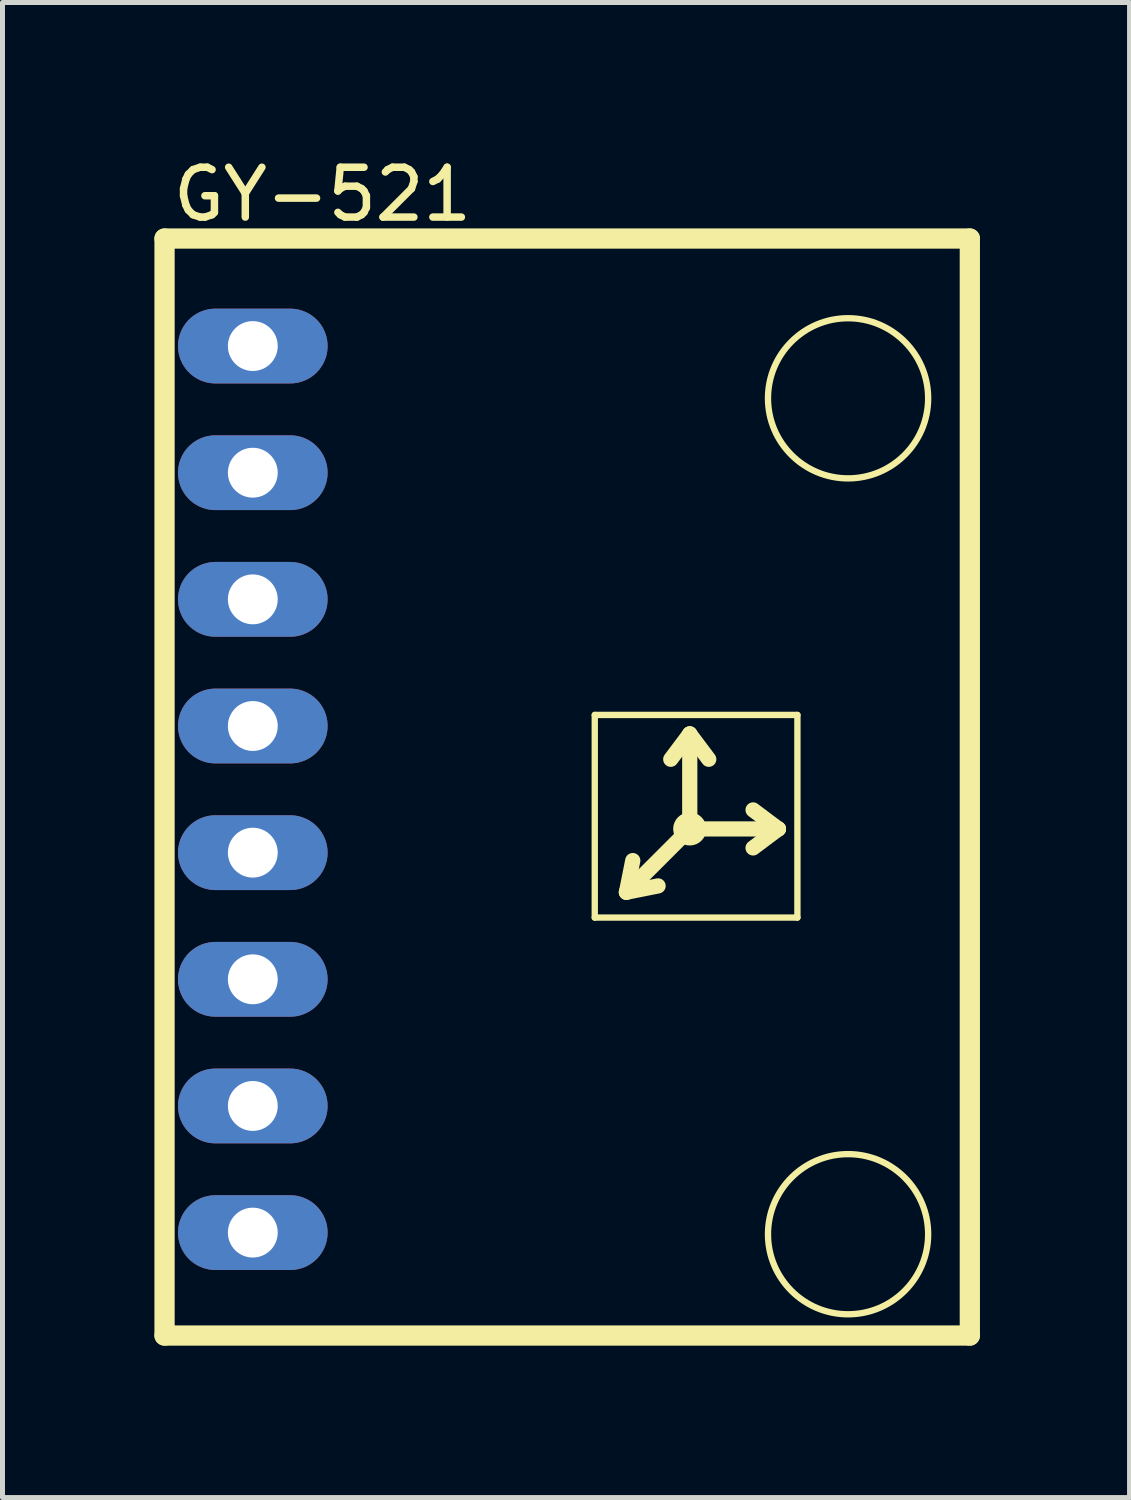
<source format=kicad_pcb>
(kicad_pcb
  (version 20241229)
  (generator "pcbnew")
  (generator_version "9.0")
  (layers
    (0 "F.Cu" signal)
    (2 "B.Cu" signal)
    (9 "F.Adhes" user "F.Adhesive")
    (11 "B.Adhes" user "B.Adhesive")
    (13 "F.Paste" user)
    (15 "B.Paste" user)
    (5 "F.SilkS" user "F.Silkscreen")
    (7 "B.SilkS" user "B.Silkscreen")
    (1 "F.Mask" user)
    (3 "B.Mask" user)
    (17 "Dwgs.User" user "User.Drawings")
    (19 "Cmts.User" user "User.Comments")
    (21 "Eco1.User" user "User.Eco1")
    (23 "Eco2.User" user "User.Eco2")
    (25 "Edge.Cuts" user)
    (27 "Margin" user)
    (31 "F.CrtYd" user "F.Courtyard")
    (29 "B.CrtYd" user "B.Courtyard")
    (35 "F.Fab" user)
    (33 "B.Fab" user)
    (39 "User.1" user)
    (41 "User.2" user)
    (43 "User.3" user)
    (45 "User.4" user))
  (footprint "GY-521"
    (layer "F.Cu")
    (at 0.25 23.734)
    (property "Reference" "GY-521" (at 3.167 -22.885 0) (layer "F.SilkS") (effects (font (size 1 1) (thickness 0.15))))
    (attr through_hole)
    (fp_line (start 0 -22) (end 0 0) (stroke (width 0.406) (type solid)) (layer "F.SilkS"))
    (fp_line (start 0 0) (end 16.15 0) (stroke (width 0.406) (type solid)) (layer "F.SilkS"))
    (fp_line (start 8.628 -12.446) (end 8.628 -8.382) (stroke (width 0.127) (type solid)) (layer "F.SilkS"))
    (fp_line (start 8.628 -8.382) (end 12.692 -8.382) (stroke (width 0.127) (type solid)) (layer "F.SilkS"))
    (fp_line (start 9.263 -8.89) (end 9.39 -9.525) (stroke (width 0.305) (type solid)) (layer "F.SilkS"))
    (fp_line (start 9.263 -8.89) (end 9.898 -9.017) (stroke (width 0.305) (type solid)) (layer "F.SilkS"))
    (fp_line (start 10.533 -12.065) (end 10.152 -11.557) (stroke (width 0.305) (type solid)) (layer "F.SilkS"))
    (fp_line (start 10.533 -10.16) (end 9.263 -8.89) (stroke (width 0.305) (type solid)) (layer "F.SilkS"))
    (fp_line (start 10.533 -10.16) (end 10.533 -12.065) (stroke (width 0.305) (type solid)) (layer "F.SilkS"))
    (fp_line (start 10.533 -10.16) (end 12.311 -10.16) (stroke (width 0.305) (type solid)) (layer "F.SilkS"))
    (fp_line (start 10.914 -11.557) (end 10.533 -12.065) (stroke (width 0.305) (type solid)) (layer "F.SilkS"))
    (fp_line (start 11.803 -10.541) (end 12.311 -10.16) (stroke (width 0.305) (type solid)) (layer "F.SilkS"))
    (fp_line (start 12.311 -10.16) (end 11.803 -9.779) (stroke (width 0.305) (type solid)) (layer "F.SilkS"))
    (fp_line (start 12.692 -12.446) (end 8.628 -12.446) (stroke (width 0.127) (type solid)) (layer "F.SilkS"))
    (fp_line (start 12.692 -8.382) (end 12.692 -12.446) (stroke (width 0.127) (type solid)) (layer "F.SilkS"))
    (fp_line (start 16.15 -22) (end 0 -22) (stroke (width 0.406) (type solid)) (layer "F.SilkS"))
    (fp_line (start 16.15 0) (end 16.15 -22) (stroke (width 0.406) (type solid)) (layer "F.SilkS"))
    (fp_circle (center 10.533 -10.16) (end 10.713 -10.16) (stroke (width 0.305) (type solid)) (fill no) (layer "F.SilkS"))
    (fp_circle (center 13.708 -18.796) (end 15.314 -18.796) (stroke (width 0.127) (type solid)) (fill no) (layer "F.SilkS"))
    (fp_circle (center 13.708 -2.032) (end 15.314 -2.032) (stroke (width 0.127) (type solid)) (fill no) (layer "F.SilkS"))
    (pad "AD0" thru_hole oval (at 1.77 -4.604) (size 3 1.5) (drill 1) (layers "*.Cu" "*.Mask"))
    (pad "GND" thru_hole oval (at 1.77 -17.304) (size 3 1.5) (drill 1) (layers "*.Cu" "*.Mask"))
    (pad "INT" thru_hole oval (at 1.77 -2.064) (size 3 1.5) (drill 1) (layers "*.Cu" "*.Mask"))
    (pad "SCL" thru_hole oval (at 1.77 -14.764) (size 3 1.5) (drill 1) (layers "*.Cu" "*.Mask"))
    (pad "SDA" thru_hole oval (at 1.77 -12.224) (size 3 1.5) (drill 1) (layers "*.Cu" "*.Mask"))
    (pad "VCC" thru_hole oval (at 1.77 -19.844) (size 3 1.5) (drill 1) (layers "*.Cu" "*.Mask"))
    (pad "XCL" thru_hole oval (at 1.77 -7.144) (size 3 1.5) (drill 1) (layers "*.Cu" "*.Mask"))
    (pad "XDA" thru_hole oval (at 1.77 -9.684) (size 3 1.5) (drill 1) (layers "*.Cu" "*.Mask")))
  (gr_rect
    (start -3 -3)
    (end 19.603 26.984)
    (stroke (width 0.1) (type default))
    (fill no)
    (layer "Edge.Cuts")))
</source>
